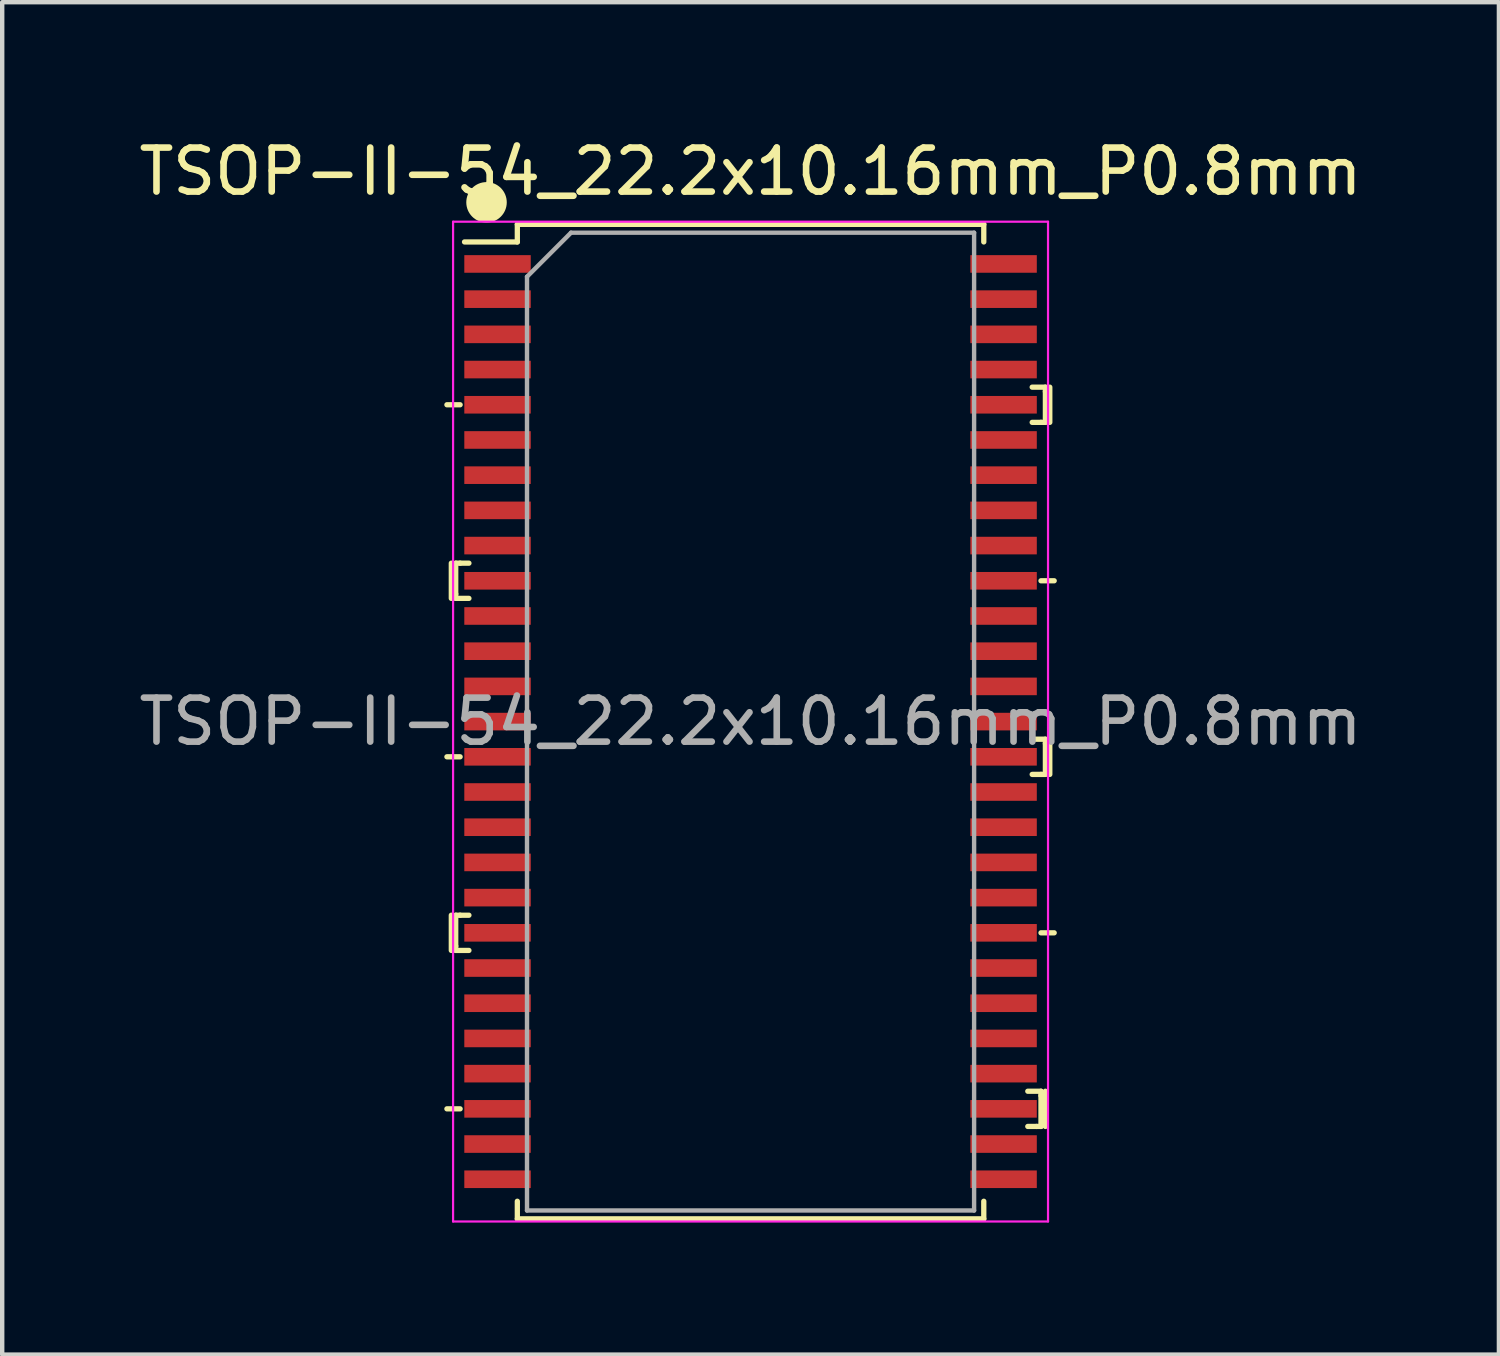
<source format=kicad_pcb>
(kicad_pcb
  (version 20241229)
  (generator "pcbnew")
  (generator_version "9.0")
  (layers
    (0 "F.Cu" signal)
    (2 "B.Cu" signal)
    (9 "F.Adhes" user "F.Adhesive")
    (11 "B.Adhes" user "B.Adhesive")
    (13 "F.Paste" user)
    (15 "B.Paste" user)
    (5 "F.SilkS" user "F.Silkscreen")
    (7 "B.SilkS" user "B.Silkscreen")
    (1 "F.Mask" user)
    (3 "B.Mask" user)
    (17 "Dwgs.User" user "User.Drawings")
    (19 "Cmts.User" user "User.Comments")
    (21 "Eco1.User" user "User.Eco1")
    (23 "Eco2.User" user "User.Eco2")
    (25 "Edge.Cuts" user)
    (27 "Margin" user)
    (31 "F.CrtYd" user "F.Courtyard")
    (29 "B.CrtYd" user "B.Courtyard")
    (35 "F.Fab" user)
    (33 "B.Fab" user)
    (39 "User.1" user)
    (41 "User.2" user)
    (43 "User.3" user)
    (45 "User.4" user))
  (footprint "TSOP-II-54_22.2x10.16mm_P0.8mm"
    (layer "F.Cu")
    (at 14.006 13.348)
    (property "Reference" "TSOP-II-54_22.2x10.16mm_P0.8mm" (at 0 -12.5 0) (layer "F.SilkS") (effects (font (size 1 1) (thickness 0.15))))
    (attr smd)
    (fp_line (start -6.8 -3.6) (end -6.8 -2.8) (stroke (width 0.12) (type solid)) (layer "F.SilkS"))
    (fp_line (start -6.8 4.4) (end -6.8 5.2) (stroke (width 0.12) (type solid)) (layer "F.SilkS"))
    (fp_line (start -6.7 -3.6) (end -6.7 -2.9) (stroke (width 0.12) (type solid)) (layer "F.SilkS"))
    (fp_line (start -6.7 -2.9) (end -6.7 -2.8) (stroke (width 0.12) (type solid)) (layer "F.SilkS"))
    (fp_line (start -6.7 -2.8) (end -6.4 -2.8) (stroke (width 0.12) (type solid)) (layer "F.SilkS"))
    (fp_line (start -6.7 4.4) (end -6.7 5.1) (stroke (width 0.12) (type solid)) (layer "F.SilkS"))
    (fp_line (start -6.7 5.1) (end -6.7 5.2) (stroke (width 0.12) (type solid)) (layer "F.SilkS"))
    (fp_line (start -6.7 5.2) (end -6.4 5.2) (stroke (width 0.12) (type solid)) (layer "F.SilkS"))
    (fp_line (start -6.6 -7.2) (end -6.9 -7.2) (stroke (width 0.12) (type solid)) (layer "F.SilkS"))
    (fp_line (start -6.6 -3.6) (end -6.7 -3.6) (stroke (width 0.12) (type solid)) (layer "F.SilkS"))
    (fp_line (start -6.6 0.8) (end -6.9 0.8) (stroke (width 0.12) (type solid)) (layer "F.SilkS"))
    (fp_line (start -6.6 4.4) (end -6.7 4.4) (stroke (width 0.12) (type solid)) (layer "F.SilkS"))
    (fp_line (start -6.6 8.8) (end -6.9 8.8) (stroke (width 0.12) (type solid)) (layer "F.SilkS"))
    (fp_line (start -6.5 -10.9) (end -5.3 -10.9) (stroke (width 0.12) (type solid)) (layer "F.SilkS"))
    (fp_line (start -6.4 -3.6) (end -6.6 -3.6) (stroke (width 0.12) (type solid)) (layer "F.SilkS"))
    (fp_line (start -6.4 4.4) (end -6.6 4.4) (stroke (width 0.12) (type solid)) (layer "F.SilkS"))
    (fp_line (start -5.3 -11.3) (end 5.3 -11.3) (stroke (width 0.12) (type solid)) (layer "F.SilkS"))
    (fp_line (start -5.3 -10.9) (end -5.3 -11.3) (stroke (width 0.12) (type solid)) (layer "F.SilkS"))
    (fp_line (start -5.3 10.9) (end -5.3 11.3) (stroke (width 0.12) (type solid)) (layer "F.SilkS"))
    (fp_line (start -5.3 11.3) (end 5.3 11.3) (stroke (width 0.12) (type solid)) (layer "F.SilkS"))
    (fp_line (start 5.3 -11.3) (end 5.3 -10.9) (stroke (width 0.12) (type solid)) (layer "F.SilkS"))
    (fp_line (start 5.3 10.9) (end 5.3 11.3) (stroke (width 0.12) (type solid)) (layer "F.SilkS"))
    (fp_line (start 6.3 9.2) (end 6.5 9.2) (stroke (width 0.12) (type solid)) (layer "F.SilkS"))
    (fp_line (start 6.4 -6.8) (end 6.6 -6.8) (stroke (width 0.12) (type solid)) (layer "F.SilkS"))
    (fp_line (start 6.4 1.2) (end 6.6 1.2) (stroke (width 0.12) (type solid)) (layer "F.SilkS"))
    (fp_line (start 6.5 9.2) (end 6.6 9.2) (stroke (width 0.12) (type solid)) (layer "F.SilkS"))
    (fp_line (start 6.6 -6.8) (end 6.7 -6.8) (stroke (width 0.12) (type solid)) (layer "F.SilkS"))
    (fp_line (start 6.6 -3.2) (end 6.9 -3.2) (stroke (width 0.12) (type solid)) (layer "F.SilkS"))
    (fp_line (start 6.6 1.2) (end 6.7 1.2) (stroke (width 0.12) (type solid)) (layer "F.SilkS"))
    (fp_line (start 6.6 4.8) (end 6.9 4.8) (stroke (width 0.12) (type solid)) (layer "F.SilkS"))
    (fp_line (start 6.6 8.4) (end 6.3 8.4) (stroke (width 0.12) (type solid)) (layer "F.SilkS"))
    (fp_line (start 6.6 8.5) (end 6.6 8.4) (stroke (width 0.12) (type solid)) (layer "F.SilkS"))
    (fp_line (start 6.6 9.2) (end 6.6 8.5) (stroke (width 0.12) (type solid)) (layer "F.SilkS"))
    (fp_line (start 6.7 -7.6) (end 6.4 -7.6) (stroke (width 0.12) (type solid)) (layer "F.SilkS"))
    (fp_line (start 6.7 -7.5) (end 6.7 -7.6) (stroke (width 0.12) (type solid)) (layer "F.SilkS"))
    (fp_line (start 6.7 -6.8) (end 6.7 -7.5) (stroke (width 0.12) (type solid)) (layer "F.SilkS"))
    (fp_line (start 6.7 0.4) (end 6.4 0.4) (stroke (width 0.12) (type solid)) (layer "F.SilkS"))
    (fp_line (start 6.7 0.5) (end 6.7 0.4) (stroke (width 0.12) (type solid)) (layer "F.SilkS"))
    (fp_line (start 6.7 1.2) (end 6.7 0.5) (stroke (width 0.12) (type solid)) (layer "F.SilkS"))
    (fp_line (start 6.7 9.2) (end 6.7 8.4) (stroke (width 0.12) (type solid)) (layer "F.SilkS"))
    (fp_line (start 6.8 -6.8) (end 6.8 -7.6) (stroke (width 0.12) (type solid)) (layer "F.SilkS"))
    (fp_line (start 6.8 1.2) (end 6.8 0.4) (stroke (width 0.12) (type solid)) (layer "F.SilkS"))
    (fp_circle (center -6 -11.8) (end -5.6 -11.8) (stroke (width 0.12) (type solid)) (fill yes) (layer "F.SilkS"))
    (fp_line (start -6.76 -11.36) (end -6.76 11.36) (stroke (width 0.05) (type solid)) (layer "F.CrtYd"))
    (fp_line (start -6.76 -11.36) (end 6.76 -11.36) (stroke (width 0.05) (type solid)) (layer "F.CrtYd"))
    (fp_line (start 6.76 -11.36) (end 6.76 11.36) (stroke (width 0.05) (type solid)) (layer "F.CrtYd"))
    (fp_line (start 6.76 11.36) (end -6.76 11.36) (stroke (width 0.05) (type solid)) (layer "F.CrtYd"))
    (fp_line (start -5.08 11.11) (end -5.08 -10.11) (stroke (width 0.1) (type solid)) (layer "F.Fab"))
    (fp_line (start -4.08 -11.11) (end -5.08 -10.11) (stroke (width 0.1) (type solid)) (layer "F.Fab"))
    (fp_line (start -4.08 -11.11) (end 5.08 -11.11) (stroke (width 0.1) (type solid)) (layer "F.Fab"))
    (fp_line (start 5.08 -11.11) (end 5.08 11.11) (stroke (width 0.1) (type solid)) (layer "F.Fab"))
    (fp_line (start 5.08 11.11) (end -5.08 11.11) (stroke (width 0.1) (type solid)) (layer "F.Fab"))
    (fp_text user "${REFERENCE}" (at 0 0 0) (layer "F.Fab") (effects (font (size 1 1) (thickness 0.15))))
    (pad "1" smd rect (at -5.75 -10.4) (size 1.51 0.4) (layers "F.Cu" "F.Mask" "F.Paste"))
    (pad "2" smd rect (at -5.75 -9.6) (size 1.51 0.4) (layers "F.Cu" "F.Mask" "F.Paste"))
    (pad "3" smd rect (at -5.75 -8.8) (size 1.51 0.4) (layers "F.Cu" "F.Mask" "F.Paste"))
    (pad "4" smd rect (at -5.75 -8) (size 1.51 0.4) (layers "F.Cu" "F.Mask" "F.Paste"))
    (pad "5" smd rect (at -5.75 -7.2) (size 1.51 0.4) (layers "F.Cu" "F.Mask" "F.Paste"))
    (pad "6" smd rect (at -5.75 -6.4) (size 1.51 0.4) (layers "F.Cu" "F.Mask" "F.Paste"))
    (pad "7" smd rect (at -5.75 -5.6) (size 1.51 0.4) (layers "F.Cu" "F.Mask" "F.Paste"))
    (pad "8" smd rect (at -5.75 -4.8) (size 1.51 0.4) (layers "F.Cu" "F.Mask" "F.Paste"))
    (pad "9" smd rect (at -5.75 -4) (size 1.51 0.4) (layers "F.Cu" "F.Mask" "F.Paste"))
    (pad "10" smd rect (at -5.75 -3.2) (size 1.51 0.4) (layers "F.Cu" "F.Mask" "F.Paste"))
    (pad "11" smd rect (at -5.75 -2.4) (size 1.51 0.4) (layers "F.Cu" "F.Mask" "F.Paste"))
    (pad "12" smd rect (at -5.75 -1.6) (size 1.51 0.4) (layers "F.Cu" "F.Mask" "F.Paste"))
    (pad "13" smd rect (at -5.75 -0.8) (size 1.51 0.4) (layers "F.Cu" "F.Mask" "F.Paste"))
    (pad "14" smd rect (at -5.75 0) (size 1.51 0.4) (layers "F.Cu" "F.Mask" "F.Paste"))
    (pad "15" smd rect (at -5.75 0.8) (size 1.51 0.4) (layers "F.Cu" "F.Mask" "F.Paste"))
    (pad "16" smd rect (at -5.75 1.6) (size 1.51 0.4) (layers "F.Cu" "F.Mask" "F.Paste"))
    (pad "17" smd rect (at -5.75 2.4) (size 1.51 0.4) (layers "F.Cu" "F.Mask" "F.Paste"))
    (pad "18" smd rect (at -5.75 3.2) (size 1.51 0.4) (layers "F.Cu" "F.Mask" "F.Paste"))
    (pad "19" smd rect (at -5.75 4) (size 1.51 0.4) (layers "F.Cu" "F.Mask" "F.Paste"))
    (pad "20" smd rect (at -5.75 4.8) (size 1.51 0.4) (layers "F.Cu" "F.Mask" "F.Paste"))
    (pad "21" smd rect (at -5.75 5.6) (size 1.51 0.4) (layers "F.Cu" "F.Mask" "F.Paste"))
    (pad "22" smd rect (at -5.75 6.4) (size 1.51 0.4) (layers "F.Cu" "F.Mask" "F.Paste"))
    (pad "23" smd rect (at -5.75 7.2) (size 1.51 0.4) (layers "F.Cu" "F.Mask" "F.Paste"))
    (pad "24" smd rect (at -5.75 8) (size 1.51 0.4) (layers "F.Cu" "F.Mask" "F.Paste"))
    (pad "25" smd rect (at -5.75 8.8) (size 1.51 0.4) (layers "F.Cu" "F.Mask" "F.Paste"))
    (pad "26" smd rect (at -5.75 9.6) (size 1.51 0.4) (layers "F.Cu" "F.Mask" "F.Paste"))
    (pad "27" smd rect (at -5.75 10.4) (size 1.51 0.4) (layers "F.Cu" "F.Mask" "F.Paste"))
    (pad "28" smd rect (at 5.75 10.4) (size 1.51 0.4) (layers "F.Cu" "F.Mask" "F.Paste"))
    (pad "29" smd rect (at 5.75 9.6) (size 1.51 0.4) (layers "F.Cu" "F.Mask" "F.Paste"))
    (pad "30" smd rect (at 5.75 8.8) (size 1.51 0.4) (layers "F.Cu" "F.Mask" "F.Paste"))
    (pad "31" smd rect (at 5.75 8) (size 1.51 0.4) (layers "F.Cu" "F.Mask" "F.Paste"))
    (pad "32" smd rect (at 5.75 7.2) (size 1.51 0.4) (layers "F.Cu" "F.Mask" "F.Paste"))
    (pad "33" smd rect (at 5.75 6.4) (size 1.51 0.4) (layers "F.Cu" "F.Mask" "F.Paste"))
    (pad "34" smd rect (at 5.75 5.6) (size 1.51 0.4) (layers "F.Cu" "F.Mask" "F.Paste"))
    (pad "35" smd rect (at 5.75 4.8) (size 1.51 0.4) (layers "F.Cu" "F.Mask" "F.Paste"))
    (pad "36" smd rect (at 5.75 4) (size 1.51 0.4) (layers "F.Cu" "F.Mask" "F.Paste"))
    (pad "37" smd rect (at 5.75 3.2) (size 1.51 0.4) (layers "F.Cu" "F.Mask" "F.Paste"))
    (pad "38" smd rect (at 5.75 2.4) (size 1.51 0.4) (layers "F.Cu" "F.Mask" "F.Paste"))
    (pad "39" smd rect (at 5.75 1.6) (size 1.51 0.4) (layers "F.Cu" "F.Mask" "F.Paste"))
    (pad "40" smd rect (at 5.75 0.8) (size 1.51 0.4) (layers "F.Cu" "F.Mask" "F.Paste"))
    (pad "41" smd rect (at 5.75 0) (size 1.51 0.4) (layers "F.Cu" "F.Mask" "F.Paste"))
    (pad "42" smd rect (at 5.75 -0.8) (size 1.51 0.4) (layers "F.Cu" "F.Mask" "F.Paste"))
    (pad "43" smd rect (at 5.75 -1.6) (size 1.51 0.4) (layers "F.Cu" "F.Mask" "F.Paste"))
    (pad "44" smd rect (at 5.75 -2.4) (size 1.51 0.4) (layers "F.Cu" "F.Mask" "F.Paste"))
    (pad "45" smd rect (at 5.75 -3.2) (size 1.51 0.4) (layers "F.Cu" "F.Mask" "F.Paste"))
    (pad "46" smd rect (at 5.75 -4) (size 1.51 0.4) (layers "F.Cu" "F.Mask" "F.Paste"))
    (pad "47" smd rect (at 5.75 -4.8) (size 1.51 0.4) (layers "F.Cu" "F.Mask" "F.Paste"))
    (pad "48" smd rect (at 5.75 -5.6) (size 1.51 0.4) (layers "F.Cu" "F.Mask" "F.Paste"))
    (pad "49" smd rect (at 5.75 -6.4) (size 1.51 0.4) (layers "F.Cu" "F.Mask" "F.Paste"))
    (pad "50" smd rect (at 5.75 -7.2) (size 1.51 0.4) (layers "F.Cu" "F.Mask" "F.Paste"))
    (pad "51" smd rect (at 5.75 -8) (size 1.51 0.4) (layers "F.Cu" "F.Mask" "F.Paste"))
    (pad "52" smd rect (at 5.75 -8.8) (size 1.51 0.4) (layers "F.Cu" "F.Mask" "F.Paste"))
    (pad "53" smd rect (at 5.75 -9.6) (size 1.51 0.4) (layers "F.Cu" "F.Mask" "F.Paste"))
    (pad "54" smd rect (at 5.75 -10.4) (size 1.51 0.4) (layers "F.Cu" "F.Mask" "F.Paste")))
  (gr_rect
    (start -3 -3)
    (end 31.012 27.733)
    (stroke (width 0.1) (type default))
    (fill no)
    (layer "Edge.Cuts")))
</source>
